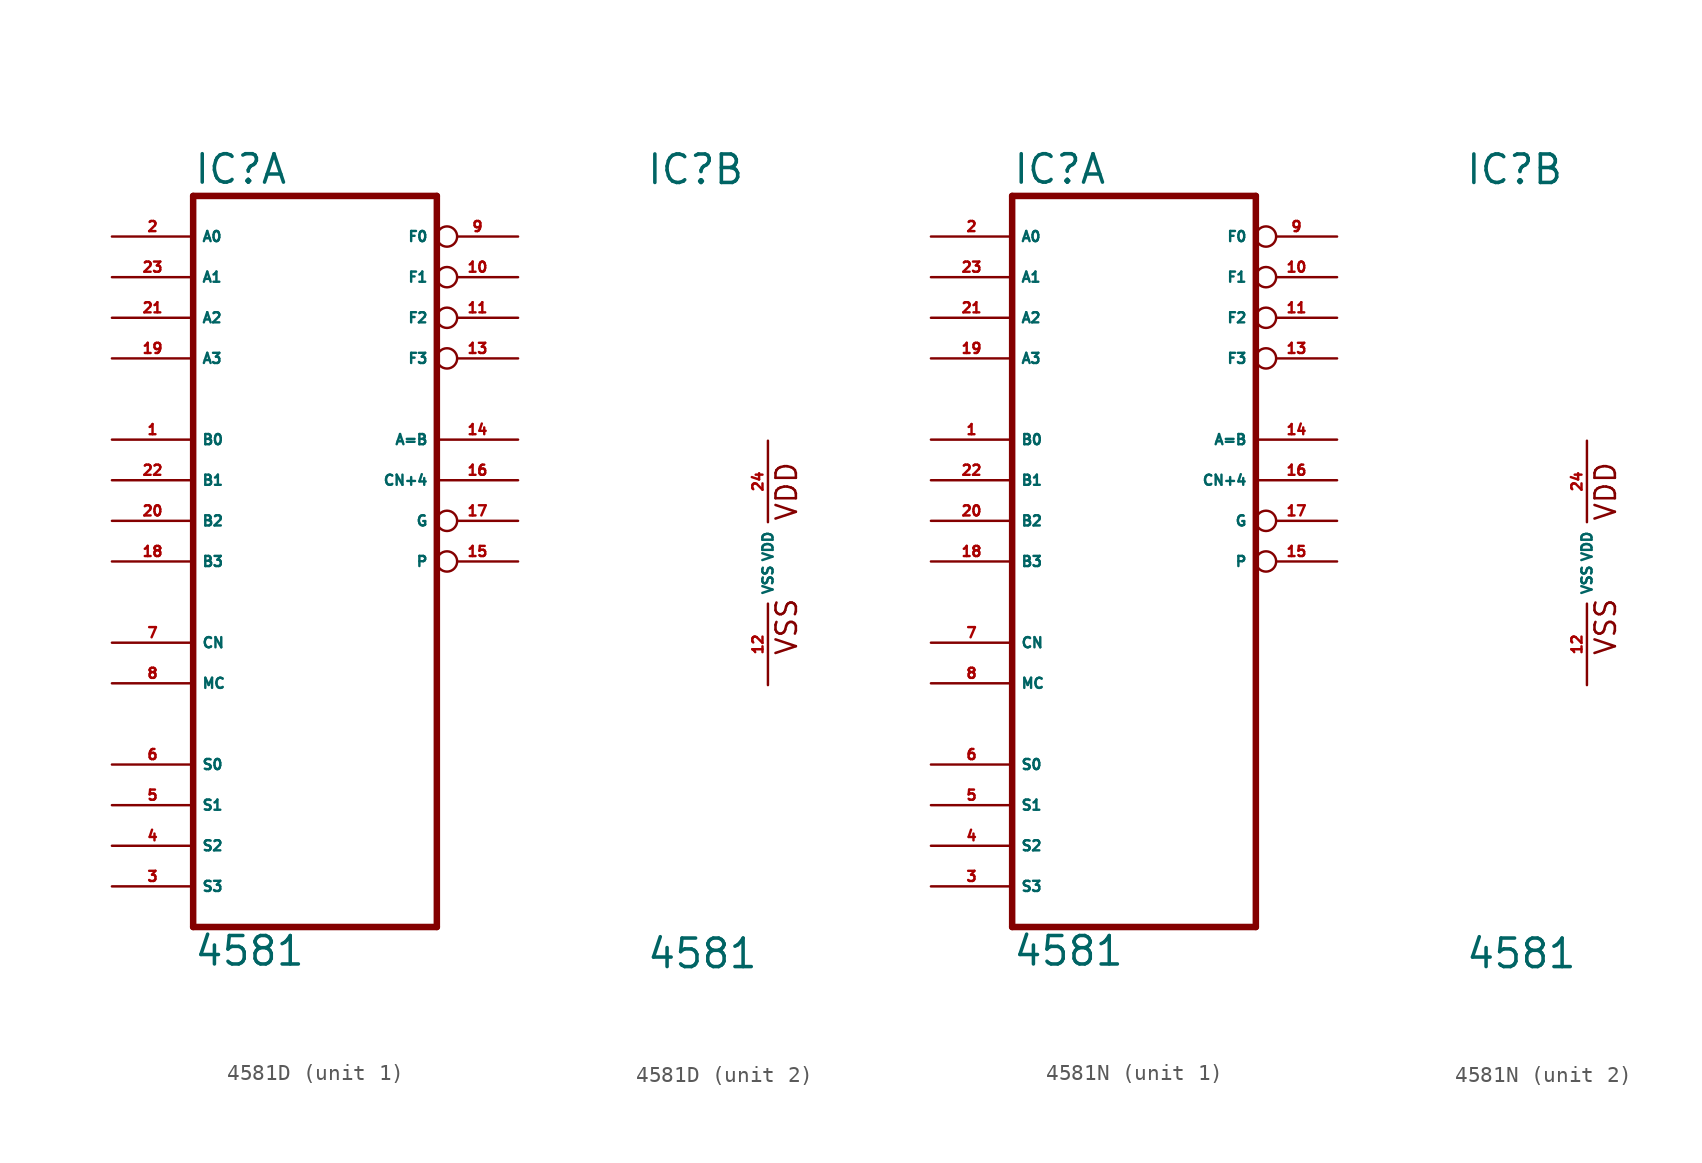
<source format=kicad_sym>
(kicad_symbol_lib
  (version 20220914)
  (generator Eagle2Kicad)
  (symbol "4581D"
    (property "Reference" "IC"
      (at -7.62 23.495 0)
      (effects (font (size 1.778 1.778) (thickness 0.22)) (justify left bottom)))
    (property "Value" "4581"
      (at -7.62 -25.4 0)
      (effects (font (size 1.778 1.778) (thickness 0.22)) (justify left bottom)))
    (symbol "4581D_1_0"
      (polyline (pts (xy -7.62 -22.86) (xy 7.62 -22.86)) (stroke (width 0.406) (type default)) (fill (type none)))
      (polyline (pts (xy 7.62 -22.86) (xy 7.62 22.86)) (stroke (width 0.406) (type default)) (fill (type none)))
      (polyline (pts (xy 7.62 22.86) (xy -7.62 22.86)) (stroke (width 0.406) (type default)) (fill (type none)))
      (polyline (pts (xy -7.62 22.86) (xy -7.62 -22.86)) (stroke (width 0.406) (type default)) (fill (type none)))
      (pin input line (at -12.7 7.62 0) (length 5.08) (name "B0" (effects (font (size 0.635 0.635) (thickness 0.08)) (justify left bottom))) (number "1" (effects (font (size 0.635 0.635) (thickness 0.08)) (justify left bottom))))
      (pin input line (at -12.7 20.32 0) (length 5.08) (name "A0" (effects (font (size 0.635 0.635) (thickness 0.08)) (justify left bottom))) (number "2" (effects (font (size 0.635 0.635) (thickness 0.08)) (justify left bottom))))
      (pin input line (at -12.7 -20.32 0) (length 5.08) (name "S3" (effects (font (size 0.635 0.635) (thickness 0.08)) (justify left bottom))) (number "3" (effects (font (size 0.635 0.635) (thickness 0.08)) (justify left bottom))))
      (pin input line (at -12.7 -17.78 0) (length 5.08) (name "S2" (effects (font (size 0.635 0.635) (thickness 0.08)) (justify left bottom))) (number "4" (effects (font (size 0.635 0.635) (thickness 0.08)) (justify left bottom))))
      (pin input line (at -12.7 -15.24 0) (length 5.08) (name "S1" (effects (font (size 0.635 0.635) (thickness 0.08)) (justify left bottom))) (number "5" (effects (font (size 0.635 0.635) (thickness 0.08)) (justify left bottom))))
      (pin input line (at -12.7 -12.7 0) (length 5.08) (name "S0" (effects (font (size 0.635 0.635) (thickness 0.08)) (justify left bottom))) (number "6" (effects (font (size 0.635 0.635) (thickness 0.08)) (justify left bottom))))
      (pin input line (at -12.7 -5.08 0) (length 5.08) (name "CN" (effects (font (size 0.635 0.635) (thickness 0.08)) (justify left bottom))) (number "7" (effects (font (size 0.635 0.635) (thickness 0.08)) (justify left bottom))))
      (pin input line (at -12.7 -7.62 0) (length 5.08) (name "MC" (effects (font (size 0.635 0.635) (thickness 0.08)) (justify left bottom))) (number "8" (effects (font (size 0.635 0.635) (thickness 0.08)) (justify left bottom))))
      (pin output inverted (at 12.7 20.32 180) (length 5.08) (name "F0" (effects (font (size 0.635 0.635) (thickness 0.08)) (justify left bottom))) (number "9" (effects (font (size 0.635 0.635) (thickness 0.08)) (justify left bottom))))
      (pin output inverted (at 12.7 17.78 180) (length 5.08) (name "F1" (effects (font (size 0.635 0.635) (thickness 0.08)) (justify left bottom))) (number "10" (effects (font (size 0.635 0.635) (thickness 0.08)) (justify left bottom))))
      (pin output inverted (at 12.7 15.24 180) (length 5.08) (name "F2" (effects (font (size 0.635 0.635) (thickness 0.08)) (justify left bottom))) (number "11" (effects (font (size 0.635 0.635) (thickness 0.08)) (justify left bottom))))
      (pin output inverted (at 12.7 12.7 180) (length 5.08) (name "F3" (effects (font (size 0.635 0.635) (thickness 0.08)) (justify left bottom))) (number "13" (effects (font (size 0.635 0.635) (thickness 0.08)) (justify left bottom))))
      (pin output line (at 12.7 7.62 180) (length 5.08) (name "A=B" (effects (font (size 0.635 0.635) (thickness 0.08)) (justify left bottom))) (number "14" (effects (font (size 0.635 0.635) (thickness 0.08)) (justify left bottom))))
      (pin output inverted (at 12.7 0 180) (length 5.08) (name "P" (effects (font (size 0.635 0.635) (thickness 0.08)) (justify left bottom))) (number "15" (effects (font (size 0.635 0.635) (thickness 0.08)) (justify left bottom))))
      (pin output line (at 12.7 5.08 180) (length 5.08) (name "CN+4" (effects (font (size 0.635 0.635) (thickness 0.08)) (justify left bottom))) (number "16" (effects (font (size 0.635 0.635) (thickness 0.08)) (justify left bottom))))
      (pin output inverted (at 12.7 2.54 180) (length 5.08) (name "G" (effects (font (size 0.635 0.635) (thickness 0.08)) (justify left bottom))) (number "17" (effects (font (size 0.635 0.635) (thickness 0.08)) (justify left bottom))))
      (pin input line (at -12.7 0 0) (length 5.08) (name "B3" (effects (font (size 0.635 0.635) (thickness 0.08)) (justify left bottom))) (number "18" (effects (font (size 0.635 0.635) (thickness 0.08)) (justify left bottom))))
      (pin input line (at -12.7 12.7 0) (length 5.08) (name "A3" (effects (font (size 0.635 0.635) (thickness 0.08)) (justify left bottom))) (number "19" (effects (font (size 0.635 0.635) (thickness 0.08)) (justify left bottom))))
      (pin input line (at -12.7 2.54 0) (length 5.08) (name "B2" (effects (font (size 0.635 0.635) (thickness 0.08)) (justify left bottom))) (number "20" (effects (font (size 0.635 0.635) (thickness 0.08)) (justify left bottom))))
      (pin input line (at -12.7 15.24 0) (length 5.08) (name "A2" (effects (font (size 0.635 0.635) (thickness 0.08)) (justify left bottom))) (number "21" (effects (font (size 0.635 0.635) (thickness 0.08)) (justify left bottom))))
      (pin input line (at -12.7 5.08 0) (length 5.08) (name "B1" (effects (font (size 0.635 0.635) (thickness 0.08)) (justify left bottom))) (number "22" (effects (font (size 0.635 0.635) (thickness 0.08)) (justify left bottom))))
      (pin input line (at -12.7 17.78 0) (length 5.08) (name "A1" (effects (font (size 0.635 0.635) (thickness 0.08)) (justify left bottom))) (number "23" (effects (font (size 0.635 0.635) (thickness 0.08)) (justify left bottom)))))
    (symbol "4581D_2_0"
      (text "VDD" (at 1.905 2.54 900) (effects (font (size 1.27 1.27) (thickness 0.16)) (justify left bottom)))
      (text "VSS" (at 1.905 -5.842 900) (effects (font (size 1.27 1.27) (thickness 0.16)) (justify left bottom)))
      (pin unspecified line (at 0 -7.62 90) (length 5.08) (name "VSS" (effects (font (size 0.635 0.635) (thickness 0.08)) (justify left bottom))) (number "12" (effects (font (size 0.635 0.635) (thickness 0.08)) (justify left bottom))))
      (pin unspecified line (at 0 7.62 270) (length 5.08) (name "VDD" (effects (font (size 0.635 0.635) (thickness 0.08)) (justify left bottom))) (number "24" (effects (font (size 0.635 0.635) (thickness 0.08)) (justify left bottom))))))
  (symbol "4581N"
    (property "Reference" "IC"
      (at -7.62 23.495 0)
      (effects (font (size 1.778 1.778) (thickness 0.22)) (justify left bottom)))
    (property "Value" "4581"
      (at -7.62 -25.4 0)
      (effects (font (size 1.778 1.778) (thickness 0.22)) (justify left bottom)))
    (symbol "4581N_1_0"
      (polyline (pts (xy -7.62 -22.86) (xy 7.62 -22.86)) (stroke (width 0.406) (type default)) (fill (type none)))
      (polyline (pts (xy 7.62 -22.86) (xy 7.62 22.86)) (stroke (width 0.406) (type default)) (fill (type none)))
      (polyline (pts (xy 7.62 22.86) (xy -7.62 22.86)) (stroke (width 0.406) (type default)) (fill (type none)))
      (polyline (pts (xy -7.62 22.86) (xy -7.62 -22.86)) (stroke (width 0.406) (type default)) (fill (type none)))
      (pin input line (at -12.7 7.62 0) (length 5.08) (name "B0" (effects (font (size 0.635 0.635) (thickness 0.08)) (justify left bottom))) (number "1" (effects (font (size 0.635 0.635) (thickness 0.08)) (justify left bottom))))
      (pin input line (at -12.7 20.32 0) (length 5.08) (name "A0" (effects (font (size 0.635 0.635) (thickness 0.08)) (justify left bottom))) (number "2" (effects (font (size 0.635 0.635) (thickness 0.08)) (justify left bottom))))
      (pin input line (at -12.7 -20.32 0) (length 5.08) (name "S3" (effects (font (size 0.635 0.635) (thickness 0.08)) (justify left bottom))) (number "3" (effects (font (size 0.635 0.635) (thickness 0.08)) (justify left bottom))))
      (pin input line (at -12.7 -17.78 0) (length 5.08) (name "S2" (effects (font (size 0.635 0.635) (thickness 0.08)) (justify left bottom))) (number "4" (effects (font (size 0.635 0.635) (thickness 0.08)) (justify left bottom))))
      (pin input line (at -12.7 -15.24 0) (length 5.08) (name "S1" (effects (font (size 0.635 0.635) (thickness 0.08)) (justify left bottom))) (number "5" (effects (font (size 0.635 0.635) (thickness 0.08)) (justify left bottom))))
      (pin input line (at -12.7 -12.7 0) (length 5.08) (name "S0" (effects (font (size 0.635 0.635) (thickness 0.08)) (justify left bottom))) (number "6" (effects (font (size 0.635 0.635) (thickness 0.08)) (justify left bottom))))
      (pin input line (at -12.7 -5.08 0) (length 5.08) (name "CN" (effects (font (size 0.635 0.635) (thickness 0.08)) (justify left bottom))) (number "7" (effects (font (size 0.635 0.635) (thickness 0.08)) (justify left bottom))))
      (pin input line (at -12.7 -7.62 0) (length 5.08) (name "MC" (effects (font (size 0.635 0.635) (thickness 0.08)) (justify left bottom))) (number "8" (effects (font (size 0.635 0.635) (thickness 0.08)) (justify left bottom))))
      (pin output inverted (at 12.7 20.32 180) (length 5.08) (name "F0" (effects (font (size 0.635 0.635) (thickness 0.08)) (justify left bottom))) (number "9" (effects (font (size 0.635 0.635) (thickness 0.08)) (justify left bottom))))
      (pin output inverted (at 12.7 17.78 180) (length 5.08) (name "F1" (effects (font (size 0.635 0.635) (thickness 0.08)) (justify left bottom))) (number "10" (effects (font (size 0.635 0.635) (thickness 0.08)) (justify left bottom))))
      (pin output inverted (at 12.7 15.24 180) (length 5.08) (name "F2" (effects (font (size 0.635 0.635) (thickness 0.08)) (justify left bottom))) (number "11" (effects (font (size 0.635 0.635) (thickness 0.08)) (justify left bottom))))
      (pin output inverted (at 12.7 12.7 180) (length 5.08) (name "F3" (effects (font (size 0.635 0.635) (thickness 0.08)) (justify left bottom))) (number "13" (effects (font (size 0.635 0.635) (thickness 0.08)) (justify left bottom))))
      (pin output line (at 12.7 7.62 180) (length 5.08) (name "A=B" (effects (font (size 0.635 0.635) (thickness 0.08)) (justify left bottom))) (number "14" (effects (font (size 0.635 0.635) (thickness 0.08)) (justify left bottom))))
      (pin output inverted (at 12.7 0 180) (length 5.08) (name "P" (effects (font (size 0.635 0.635) (thickness 0.08)) (justify left bottom))) (number "15" (effects (font (size 0.635 0.635) (thickness 0.08)) (justify left bottom))))
      (pin output line (at 12.7 5.08 180) (length 5.08) (name "CN+4" (effects (font (size 0.635 0.635) (thickness 0.08)) (justify left bottom))) (number "16" (effects (font (size 0.635 0.635) (thickness 0.08)) (justify left bottom))))
      (pin output inverted (at 12.7 2.54 180) (length 5.08) (name "G" (effects (font (size 0.635 0.635) (thickness 0.08)) (justify left bottom))) (number "17" (effects (font (size 0.635 0.635) (thickness 0.08)) (justify left bottom))))
      (pin input line (at -12.7 0 0) (length 5.08) (name "B3" (effects (font (size 0.635 0.635) (thickness 0.08)) (justify left bottom))) (number "18" (effects (font (size 0.635 0.635) (thickness 0.08)) (justify left bottom))))
      (pin input line (at -12.7 12.7 0) (length 5.08) (name "A3" (effects (font (size 0.635 0.635) (thickness 0.08)) (justify left bottom))) (number "19" (effects (font (size 0.635 0.635) (thickness 0.08)) (justify left bottom))))
      (pin input line (at -12.7 2.54 0) (length 5.08) (name "B2" (effects (font (size 0.635 0.635) (thickness 0.08)) (justify left bottom))) (number "20" (effects (font (size 0.635 0.635) (thickness 0.08)) (justify left bottom))))
      (pin input line (at -12.7 15.24 0) (length 5.08) (name "A2" (effects (font (size 0.635 0.635) (thickness 0.08)) (justify left bottom))) (number "21" (effects (font (size 0.635 0.635) (thickness 0.08)) (justify left bottom))))
      (pin input line (at -12.7 5.08 0) (length 5.08) (name "B1" (effects (font (size 0.635 0.635) (thickness 0.08)) (justify left bottom))) (number "22" (effects (font (size 0.635 0.635) (thickness 0.08)) (justify left bottom))))
      (pin input line (at -12.7 17.78 0) (length 5.08) (name "A1" (effects (font (size 0.635 0.635) (thickness 0.08)) (justify left bottom))) (number "23" (effects (font (size 0.635 0.635) (thickness 0.08)) (justify left bottom)))))
    (symbol "4581N_2_0"
      (text "VDD" (at 1.905 2.54 900) (effects (font (size 1.27 1.27) (thickness 0.16)) (justify left bottom)))
      (text "VSS" (at 1.905 -5.842 900) (effects (font (size 1.27 1.27) (thickness 0.16)) (justify left bottom)))
      (pin unspecified line (at 0 -7.62 90) (length 5.08) (name "VSS" (effects (font (size 0.635 0.635) (thickness 0.08)) (justify left bottom))) (number "12" (effects (font (size 0.635 0.635) (thickness 0.08)) (justify left bottom))))
      (pin unspecified line (at 0 7.62 270) (length 5.08) (name "VDD" (effects (font (size 0.635 0.635) (thickness 0.08)) (justify left bottom))) (number "24" (effects (font (size 0.635 0.635) (thickness 0.08)) (justify left bottom)))))))
</source>
